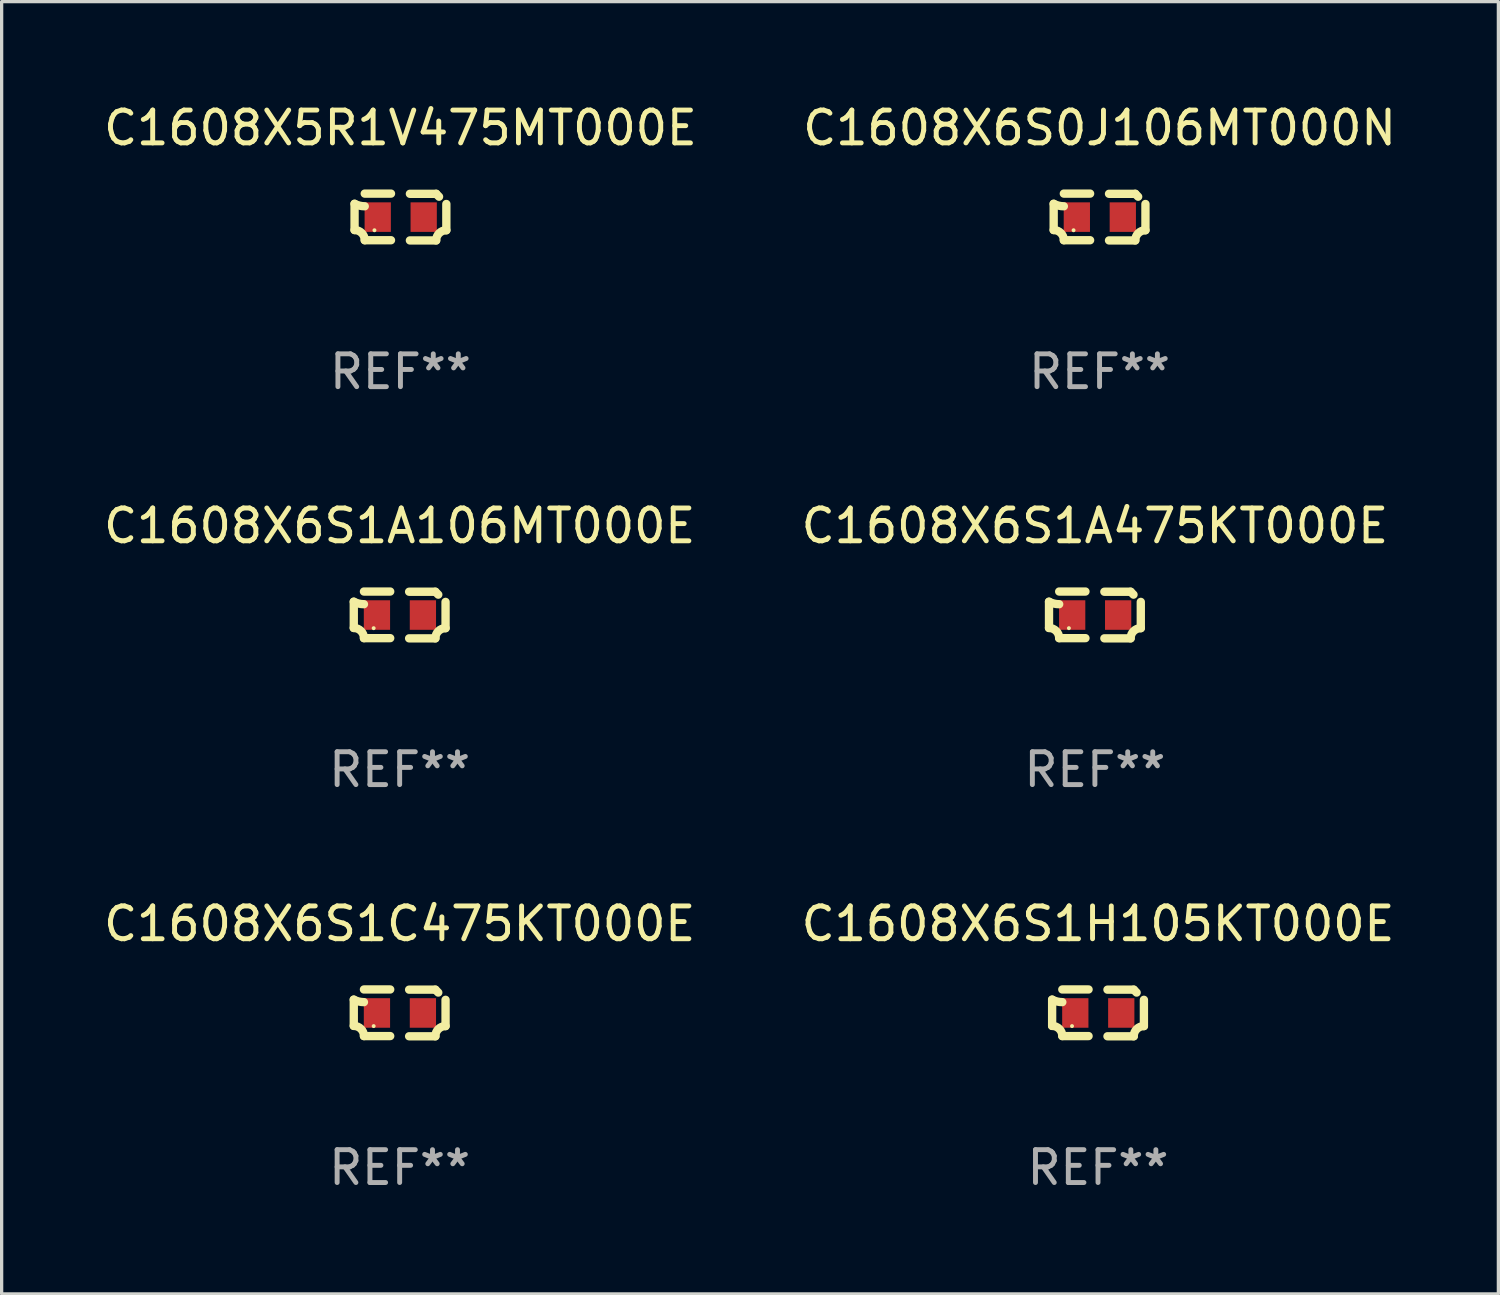
<source format=kicad_pcb>
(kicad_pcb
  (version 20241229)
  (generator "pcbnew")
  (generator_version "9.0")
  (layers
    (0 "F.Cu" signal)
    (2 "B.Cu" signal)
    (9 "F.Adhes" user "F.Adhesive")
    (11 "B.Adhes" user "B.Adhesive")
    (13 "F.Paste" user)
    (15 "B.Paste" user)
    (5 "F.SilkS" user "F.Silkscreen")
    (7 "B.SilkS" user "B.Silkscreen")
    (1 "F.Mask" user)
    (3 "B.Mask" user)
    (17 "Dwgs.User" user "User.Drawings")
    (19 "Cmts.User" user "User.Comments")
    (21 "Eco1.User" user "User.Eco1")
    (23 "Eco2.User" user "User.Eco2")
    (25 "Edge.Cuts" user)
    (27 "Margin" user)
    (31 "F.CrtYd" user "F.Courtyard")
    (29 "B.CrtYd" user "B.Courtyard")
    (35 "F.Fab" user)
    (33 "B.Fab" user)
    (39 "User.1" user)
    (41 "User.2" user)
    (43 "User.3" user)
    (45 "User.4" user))
  (footprint "C1608X6S1A475KT000E"
    (layer "F.Cu")
    (at 30.304 15.683)
    (property "Reference" "C1608X6S1A475KT000E" (at 0 -2.713 0) (layer "F.SilkS") (effects (font (size 1 1) (thickness 0.15))))
    (attr through_hole)
    (fp_line (start -1.398 -0.403) (end -1.398 0.397) (stroke (width 0.254) (type solid)) (layer "F.SilkS"))
    (fp_line (start -0.288 -0.713) (end -1.088 -0.713) (stroke (width 0.254) (type solid)) (layer "F.SilkS"))
    (fp_line (start -0.288 0.707) (end -1.088 0.707) (stroke (width 0.254) (type solid)) (layer "F.SilkS"))
    (fp_line (start 0.288 -0.707) (end 1.088 -0.707) (stroke (width 0.254) (type solid)) (layer "F.SilkS"))
    (fp_line (start 0.288 0.713) (end 1.088 0.713) (stroke (width 0.254) (type solid)) (layer "F.SilkS"))
    (fp_line (start 1.398 -0.397) (end 1.398 0.403) (stroke (width 0.254) (type solid)) (layer "F.SilkS"))
    (fp_arc (start -1.397789 0.397066) (mid -1.178701 0.487826) (end -1.08796 0.706922) (stroke (width 0.254001) (type solid)) (layer "F.SilkS"))
    (fp_arc (start -1.08796 -0.327176) (mid -1.247436 -0.346384) (end -1.39779 -0.402908) (stroke (width 0.254001) (type solid)) (layer "F.SilkS"))
    (fp_arc (start 1.087909 0.712738) (mid 1.178656 0.493655) (end 1.397739 0.402908) (stroke (width 0.254001) (type solid)) (layer "F.SilkS"))
    (fp_arc (start 1.175925 -0.618926) (mid 1.131917 -0.662923) (end 1.08791 -0.706922) (stroke (width 0.254001) (type solid)) (layer "F.SilkS"))
    (fp_circle (center -0.792 0.403) (end -0.762 0.403) (stroke (width 0.06) (type solid)) (fill no) (layer "F.SilkS"))
    (fp_text user "REF**" (at 0 4.713 0) (layer "F.Fab") (effects (font (size 1 1) (thickness 0.15))))
    (pad "1" smd rect (at -0.692 0.003) (size 0.8 0.9) (layers "F.Cu" "F.Mask" "F.Paste"))
    (pad "2" smd rect (at 0.708 0.003) (size 0.8 0.9) (layers "F.Cu" "F.Mask" "F.Paste")))
  (footprint "C1608X6S1A106MT000E"
    (layer "F.Cu")
    (at 9.125 15.683)
    (property "Reference" "C1608X6S1A106MT000E" (at 0 -2.713 0) (layer "F.SilkS") (effects (font (size 1 1) (thickness 0.15))))
    (attr through_hole)
    (fp_line (start -1.398 -0.403) (end -1.398 0.397) (stroke (width 0.254) (type solid)) (layer "F.SilkS"))
    (fp_line (start -0.288 -0.713) (end -1.088 -0.713) (stroke (width 0.254) (type solid)) (layer "F.SilkS"))
    (fp_line (start -0.288 0.707) (end -1.088 0.707) (stroke (width 0.254) (type solid)) (layer "F.SilkS"))
    (fp_line (start 0.288 -0.707) (end 1.088 -0.707) (stroke (width 0.254) (type solid)) (layer "F.SilkS"))
    (fp_line (start 0.288 0.713) (end 1.088 0.713) (stroke (width 0.254) (type solid)) (layer "F.SilkS"))
    (fp_line (start 1.398 -0.397) (end 1.398 0.403) (stroke (width 0.254) (type solid)) (layer "F.SilkS"))
    (fp_arc (start -1.397789 0.397066) (mid -1.178701 0.487826) (end -1.08796 0.706922) (stroke (width 0.254001) (type solid)) (layer "F.SilkS"))
    (fp_arc (start -1.08796 -0.327176) (mid -1.247436 -0.346384) (end -1.39779 -0.402908) (stroke (width 0.254001) (type solid)) (layer "F.SilkS"))
    (fp_arc (start 1.087909 0.712738) (mid 1.178656 0.493655) (end 1.397739 0.402908) (stroke (width 0.254001) (type solid)) (layer "F.SilkS"))
    (fp_arc (start 1.175925 -0.618926) (mid 1.131917 -0.662923) (end 1.08791 -0.706922) (stroke (width 0.254001) (type solid)) (layer "F.SilkS"))
    (fp_circle (center -0.792 0.403) (end -0.762 0.403) (stroke (width 0.06) (type solid)) (fill no) (layer "F.SilkS"))
    (fp_text user "REF**" (at 0 4.713 0) (layer "F.Fab") (effects (font (size 1 1) (thickness 0.15))))
    (pad "1" smd rect (at -0.692 0.003) (size 0.8 0.9) (layers "F.Cu" "F.Mask" "F.Paste"))
    (pad "2" smd rect (at 0.708 0.003) (size 0.8 0.9) (layers "F.Cu" "F.Mask" "F.Paste")))
  (footprint "C1608X6S1C475KT000E"
    (layer "F.Cu")
    (at 9.125 27.805)
    (property "Reference" "C1608X6S1C475KT000E" (at 0 -2.713 0) (layer "F.SilkS") (effects (font (size 1 1) (thickness 0.15))))
    (attr through_hole)
    (fp_line (start -1.398 -0.403) (end -1.398 0.397) (stroke (width 0.254) (type solid)) (layer "F.SilkS"))
    (fp_line (start -0.288 -0.713) (end -1.088 -0.713) (stroke (width 0.254) (type solid)) (layer "F.SilkS"))
    (fp_line (start -0.288 0.707) (end -1.088 0.707) (stroke (width 0.254) (type solid)) (layer "F.SilkS"))
    (fp_line (start 0.288 -0.707) (end 1.088 -0.707) (stroke (width 0.254) (type solid)) (layer "F.SilkS"))
    (fp_line (start 0.288 0.713) (end 1.088 0.713) (stroke (width 0.254) (type solid)) (layer "F.SilkS"))
    (fp_line (start 1.398 -0.397) (end 1.398 0.403) (stroke (width 0.254) (type solid)) (layer "F.SilkS"))
    (fp_arc (start -1.397789 0.397066) (mid -1.178701 0.487826) (end -1.08796 0.706922) (stroke (width 0.254001) (type solid)) (layer "F.SilkS"))
    (fp_arc (start -1.08796 -0.327176) (mid -1.247436 -0.346384) (end -1.39779 -0.402908) (stroke (width 0.254001) (type solid)) (layer "F.SilkS"))
    (fp_arc (start 1.087909 0.712738) (mid 1.178656 0.493655) (end 1.397739 0.402908) (stroke (width 0.254001) (type solid)) (layer "F.SilkS"))
    (fp_arc (start 1.175925 -0.618926) (mid 1.131917 -0.662923) (end 1.08791 -0.706922) (stroke (width 0.254001) (type solid)) (layer "F.SilkS"))
    (fp_circle (center -0.792 0.403) (end -0.762 0.403) (stroke (width 0.06) (type solid)) (fill no) (layer "F.SilkS"))
    (fp_text user "REF**" (at 0 4.713 0) (layer "F.Fab") (effects (font (size 1 1) (thickness 0.15))))
    (pad "1" smd rect (at -0.692 0.003) (size 0.8 0.9) (layers "F.Cu" "F.Mask" "F.Paste"))
    (pad "2" smd rect (at 0.708 0.003) (size 0.8 0.9) (layers "F.Cu" "F.Mask" "F.Paste")))
  (footprint "C1608X6S1H105KT000E"
    (layer "F.Cu")
    (at 30.399 27.805)
    (property "Reference" "C1608X6S1H105KT000E" (at 0 -2.713 0) (layer "F.SilkS") (effects (font (size 1 1) (thickness 0.15))))
    (attr through_hole)
    (fp_line (start -1.398 -0.403) (end -1.398 0.397) (stroke (width 0.254) (type solid)) (layer "F.SilkS"))
    (fp_line (start -0.288 -0.713) (end -1.088 -0.713) (stroke (width 0.254) (type solid)) (layer "F.SilkS"))
    (fp_line (start -0.288 0.707) (end -1.088 0.707) (stroke (width 0.254) (type solid)) (layer "F.SilkS"))
    (fp_line (start 0.288 -0.707) (end 1.088 -0.707) (stroke (width 0.254) (type solid)) (layer "F.SilkS"))
    (fp_line (start 0.288 0.713) (end 1.088 0.713) (stroke (width 0.254) (type solid)) (layer "F.SilkS"))
    (fp_line (start 1.398 -0.397) (end 1.398 0.403) (stroke (width 0.254) (type solid)) (layer "F.SilkS"))
    (fp_arc (start -1.397789 0.397066) (mid -1.178701 0.487826) (end -1.08796 0.706922) (stroke (width 0.254001) (type solid)) (layer "F.SilkS"))
    (fp_arc (start -1.08796 -0.327176) (mid -1.247436 -0.346384) (end -1.39779 -0.402908) (stroke (width 0.254001) (type solid)) (layer "F.SilkS"))
    (fp_arc (start 1.087909 0.712738) (mid 1.178656 0.493655) (end 1.397739 0.402908) (stroke (width 0.254001) (type solid)) (layer "F.SilkS"))
    (fp_arc (start 1.175925 -0.618926) (mid 1.131917 -0.662923) (end 1.08791 -0.706922) (stroke (width 0.254001) (type solid)) (layer "F.SilkS"))
    (fp_circle (center -0.792 0.403) (end -0.762 0.403) (stroke (width 0.06) (type solid)) (fill no) (layer "F.SilkS"))
    (fp_text user "REF**" (at 0 4.713 0) (layer "F.Fab") (effects (font (size 1 1) (thickness 0.15))))
    (pad "1" smd rect (at -0.692 0.003) (size 0.8 0.9) (layers "F.Cu" "F.Mask" "F.Paste"))
    (pad "2" smd rect (at 0.708 0.003) (size 0.8 0.9) (layers "F.Cu" "F.Mask" "F.Paste")))
  (footprint "C1608X6S0J106MT000N"
    (layer "F.Cu")
    (at 30.446 3.561)
    (property "Reference" "C1608X6S0J106MT000N" (at 0 -2.713 0) (layer "F.SilkS") (effects (font (size 1 1) (thickness 0.15))))
    (attr through_hole)
    (fp_line (start -1.398 -0.403) (end -1.398 0.397) (stroke (width 0.254) (type solid)) (layer "F.SilkS"))
    (fp_line (start -0.288 -0.713) (end -1.088 -0.713) (stroke (width 0.254) (type solid)) (layer "F.SilkS"))
    (fp_line (start -0.288 0.707) (end -1.088 0.707) (stroke (width 0.254) (type solid)) (layer "F.SilkS"))
    (fp_line (start 0.288 -0.707) (end 1.088 -0.707) (stroke (width 0.254) (type solid)) (layer "F.SilkS"))
    (fp_line (start 0.288 0.713) (end 1.088 0.713) (stroke (width 0.254) (type solid)) (layer "F.SilkS"))
    (fp_line (start 1.398 -0.397) (end 1.398 0.403) (stroke (width 0.254) (type solid)) (layer "F.SilkS"))
    (fp_arc (start -1.397789 0.397066) (mid -1.178701 0.487826) (end -1.08796 0.706922) (stroke (width 0.254001) (type solid)) (layer "F.SilkS"))
    (fp_arc (start -1.08796 -0.327176) (mid -1.247436 -0.346384) (end -1.39779 -0.402908) (stroke (width 0.254001) (type solid)) (layer "F.SilkS"))
    (fp_arc (start 1.087909 0.712738) (mid 1.178656 0.493655) (end 1.397739 0.402908) (stroke (width 0.254001) (type solid)) (layer "F.SilkS"))
    (fp_arc (start 1.175925 -0.618926) (mid 1.131917 -0.662923) (end 1.08791 -0.706922) (stroke (width 0.254001) (type solid)) (layer "F.SilkS"))
    (fp_circle (center -0.792 0.403) (end -0.762 0.403) (stroke (width 0.06) (type solid)) (fill no) (layer "F.SilkS"))
    (fp_text user "REF**" (at 0 4.713 0) (layer "F.Fab") (effects (font (size 1 1) (thickness 0.15))))
    (pad "1" smd rect (at -0.692 0.003) (size 0.8 0.9) (layers "F.Cu" "F.Mask" "F.Paste"))
    (pad "2" smd rect (at 0.708 0.003) (size 0.8 0.9) (layers "F.Cu" "F.Mask" "F.Paste")))
  (footprint "C1608X5R1V475MT000E"
    (layer "F.Cu")
    (at 9.149 3.561)
    (property "Reference" "C1608X5R1V475MT000E" (at 0 -2.713 0) (layer "F.SilkS") (effects (font (size 1 1) (thickness 0.15))))
    (attr through_hole)
    (fp_line (start -1.398 -0.403) (end -1.398 0.397) (stroke (width 0.254) (type solid)) (layer "F.SilkS"))
    (fp_line (start -0.288 -0.713) (end -1.088 -0.713) (stroke (width 0.254) (type solid)) (layer "F.SilkS"))
    (fp_line (start -0.288 0.707) (end -1.088 0.707) (stroke (width 0.254) (type solid)) (layer "F.SilkS"))
    (fp_line (start 0.288 -0.707) (end 1.088 -0.707) (stroke (width 0.254) (type solid)) (layer "F.SilkS"))
    (fp_line (start 0.288 0.713) (end 1.088 0.713) (stroke (width 0.254) (type solid)) (layer "F.SilkS"))
    (fp_line (start 1.398 -0.397) (end 1.398 0.403) (stroke (width 0.254) (type solid)) (layer "F.SilkS"))
    (fp_arc (start -1.397789 0.397066) (mid -1.178701 0.487826) (end -1.08796 0.706922) (stroke (width 0.254001) (type solid)) (layer "F.SilkS"))
    (fp_arc (start -1.08796 -0.327176) (mid -1.247436 -0.346384) (end -1.39779 -0.402908) (stroke (width 0.254001) (type solid)) (layer "F.SilkS"))
    (fp_arc (start 1.087909 0.712738) (mid 1.178656 0.493655) (end 1.397739 0.402908) (stroke (width 0.254001) (type solid)) (layer "F.SilkS"))
    (fp_arc (start 1.175925 -0.618926) (mid 1.131917 -0.662923) (end 1.08791 -0.706922) (stroke (width 0.254001) (type solid)) (layer "F.SilkS"))
    (fp_circle (center -0.792 0.403) (end -0.762 0.403) (stroke (width 0.06) (type solid)) (fill no) (layer "F.SilkS"))
    (fp_text user "REF**" (at 0 4.713 0) (layer "F.Fab") (effects (font (size 1 1) (thickness 0.15))))
    (pad "1" smd rect (at -0.692 0.003) (size 0.8 0.9) (layers "F.Cu" "F.Mask" "F.Paste"))
    (pad "2" smd rect (at 0.708 0.003) (size 0.8 0.9) (layers "F.Cu" "F.Mask" "F.Paste")))
  (gr_rect
    (start -3 -3)
    (end 42.595 36.366)
    (stroke (width 0.1) (type default))
    (fill no)
    (layer "Edge.Cuts")))
</source>
